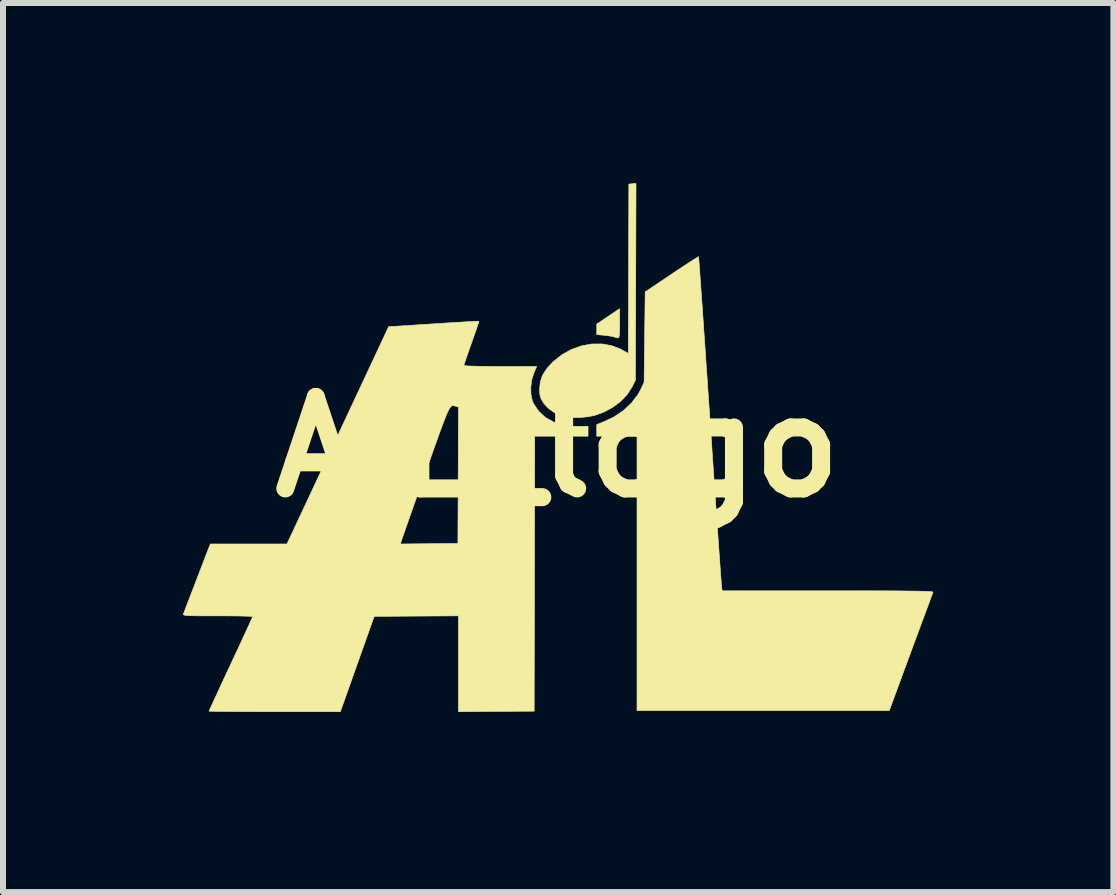
<source format=kicad_pcb>
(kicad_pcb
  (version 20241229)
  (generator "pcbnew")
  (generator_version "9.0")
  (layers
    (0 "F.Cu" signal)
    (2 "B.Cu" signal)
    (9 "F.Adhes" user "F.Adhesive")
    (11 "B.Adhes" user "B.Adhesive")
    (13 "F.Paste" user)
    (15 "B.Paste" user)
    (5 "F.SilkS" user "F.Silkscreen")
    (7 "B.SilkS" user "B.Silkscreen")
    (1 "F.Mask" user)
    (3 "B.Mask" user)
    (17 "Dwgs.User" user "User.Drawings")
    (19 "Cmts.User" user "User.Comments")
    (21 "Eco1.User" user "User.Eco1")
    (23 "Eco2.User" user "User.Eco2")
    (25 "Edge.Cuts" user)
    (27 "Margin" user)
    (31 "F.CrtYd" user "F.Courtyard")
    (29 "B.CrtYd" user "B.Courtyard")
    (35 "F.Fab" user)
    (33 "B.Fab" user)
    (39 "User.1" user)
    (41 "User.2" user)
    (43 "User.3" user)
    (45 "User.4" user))
  (footprint "AIL_logo"
    (layer "F.Cu")
    (at 6.239 4.398)
    (property "Reference" "AIL_logo" (at 0 0 0) (layer "F.SilkS") (effects (font (size 1.524 1.524) (thickness 0.3))))
    (attr through_hole)
    (fp_poly (pts (xy 1.034 -2.06) (xy 1.034 -1.958) (xy 1.032 -1.887) (xy 1.026 -1.844) (xy 1.014 -1.822) (xy 0.995 -1.818) (xy 0.967 -1.826) (xy 0.946 -1.834) (xy 0.907 -1.844) (xy 0.845 -1.854) (xy 0.778 -1.862) (xy 0.653 -1.874) (xy 0.653 -2.049) (xy 0.844 -2.177) (xy 1.034 -2.305) (xy 1.034 -2.06)) (stroke (width 0.01) (type solid)) (fill yes) (layer "F.SilkS"))
    (fp_poly (pts (xy 1.302 -2.754) (xy 1.297 -1.116) (xy 1.244 -1.007) (xy 1.162 -0.878) (xy 1.05 -0.76) (xy 0.914 -0.659) (xy 0.76 -0.578) (xy 0.617 -0.527) (xy 0.505 -0.505) (xy 0.38 -0.493) (xy 0.254 -0.492) (xy 0.14 -0.503) (xy 0.07 -0.518) (xy -0.044 -0.568) (xy -0.147 -0.64) (xy -0.228 -0.727) (xy -0.244 -0.752) (xy -0.275 -0.806) (xy -0.291 -0.855) (xy -0.298 -0.913) (xy -0.299 -0.969) (xy -0.287 -1.086) (xy -0.252 -1.192) (xy -0.188 -1.295) (xy -0.094 -1.401) (xy -0.07 -1.424) (xy 0.074 -1.539) (xy 0.232 -1.626) (xy 0.399 -1.686) (xy 0.569 -1.717) (xy 0.739 -1.718) (xy 0.903 -1.689) (xy 1.056 -1.629) (xy 1.077 -1.617) (xy 1.179 -1.56) (xy 1.184 -2.971) (xy 1.188 -4.381) (xy 1.248 -4.387) (xy 1.307 -4.393) (xy 1.302 -2.754)) (stroke (width 0.01) (type solid)) (fill yes) (layer "F.SilkS"))
    (fp_poly (pts (xy 2.351 -3.153) (xy 2.355 -3.101) (xy 2.362 -3.016) (xy 2.37 -2.901) (xy 2.38 -2.757) (xy 2.392 -2.588) (xy 2.406 -2.394) (xy 2.421 -2.178) (xy 2.437 -1.941) (xy 2.455 -1.686) (xy 2.473 -1.415) (xy 2.493 -1.13) (xy 2.513 -0.832) (xy 2.534 -0.524) (xy 2.538 -0.463) (xy 2.56 -0.151) (xy 2.58 0.151) (xy 2.6 0.442) (xy 2.619 0.719) (xy 2.637 0.982) (xy 2.654 1.227) (xy 2.67 1.453) (xy 2.684 1.657) (xy 2.697 1.838) (xy 2.708 1.993) (xy 2.717 2.12) (xy 2.724 2.218) (xy 2.729 2.284) (xy 2.732 2.316) (xy 2.732 2.318) (xy 2.742 2.395) (xy 4.502 2.395) (xy 4.805 2.395) (xy 5.072 2.395) (xy 5.307 2.396) (xy 5.512 2.396) (xy 5.687 2.397) (xy 5.834 2.399) (xy 5.957 2.4) (xy 6.055 2.402) (xy 6.132 2.404) (xy 6.188 2.407) (xy 6.226 2.41) (xy 6.248 2.413) (xy 6.255 2.417) (xy 6.255 2.418) (xy 6.247 2.438) (xy 6.228 2.49) (xy 6.199 2.57) (xy 6.16 2.674) (xy 6.114 2.8) (xy 6.06 2.944) (xy 6.001 3.104) (xy 5.937 3.276) (xy 5.886 3.415) (xy 5.526 4.391) (xy 1.324 4.391) (xy 1.324 -0.181) (xy 0.653 -0.181) (xy 0.653 -0.375) (xy 0.779 -0.425) (xy 0.948 -0.506) (xy 1.101 -0.611) (xy 1.232 -0.734) (xy 1.337 -0.871) (xy 1.384 -0.956) (xy 1.442 -1.079) (xy 1.451 -1.832) (xy 1.46 -2.585) (xy 1.902 -2.882) (xy 2.014 -2.957) (xy 2.116 -3.024) (xy 2.204 -3.082) (xy 2.275 -3.127) (xy 2.324 -3.158) (xy 2.348 -3.172) (xy 2.349 -3.172) (xy 2.351 -3.153)) (stroke (width 0.01) (type solid)) (fill yes) (layer "F.SilkS"))
    (fp_poly (pts (xy -1.311 -2.096) (xy -1.315 -2.079) (xy -1.33 -2.032) (xy -1.354 -1.961) (xy -1.385 -1.872) (xy -1.421 -1.769) (xy -1.433 -1.735) (xy -1.471 -1.627) (xy -1.505 -1.531) (xy -1.532 -1.451) (xy -1.551 -1.393) (xy -1.56 -1.363) (xy -1.56 -1.36) (xy -1.543 -1.355) (xy -1.491 -1.351) (xy -1.407 -1.348) (xy -1.294 -1.345) (xy -1.154 -1.343) (xy -0.988 -1.343) (xy -0.955 -1.343) (xy -0.349 -1.343) (xy -0.396 -1.229) (xy -0.431 -1.117) (xy -0.446 -0.996) (xy -0.443 -0.877) (xy -0.421 -0.772) (xy -0.402 -0.726) (xy -0.315 -0.597) (xy -0.204 -0.494) (xy -0.068 -0.418) (xy 0.09 -0.368) (xy 0.271 -0.346) (xy 0.33 -0.345) (xy 0.508 -0.345) (xy 0.508 -0.181) (xy -0.381 -0.181) (xy -0.385 2.109) (xy -0.39 4.4) (xy -1.021 4.404) (xy -1.651 4.409) (xy -1.651 2.812) (xy -2.353 2.816) (xy -3.055 2.821) (xy -3.337 3.615) (xy -3.619 4.409) (xy -4.713 4.409) (xy -4.908 4.409) (xy -5.092 4.408) (xy -5.262 4.407) (xy -5.415 4.406) (xy -5.547 4.405) (xy -5.655 4.404) (xy -5.736 4.402) (xy -5.787 4.401) (xy -5.806 4.399) (xy -5.806 4.399) (xy -5.798 4.381) (xy -5.777 4.333) (xy -5.743 4.26) (xy -5.698 4.163) (xy -5.644 4.046) (xy -5.582 3.912) (xy -5.514 3.766) (xy -5.443 3.613) (xy -5.37 3.456) (xy -5.301 3.31) (xy -5.24 3.177) (xy -5.186 3.06) (xy -5.141 2.963) (xy -5.108 2.89) (xy -5.087 2.842) (xy -5.08 2.825) (xy -5.097 2.822) (xy -5.147 2.819) (xy -5.224 2.816) (xy -5.325 2.814) (xy -5.444 2.813) (xy -5.579 2.812) (xy -5.663 2.812) (xy -5.823 2.812) (xy -5.951 2.812) (xy -6.05 2.811) (xy -6.124 2.809) (xy -6.175 2.806) (xy -6.208 2.803) (xy -6.227 2.797) (xy -6.234 2.791) (xy -6.234 2.782) (xy -6.233 2.78) (xy -6.223 2.756) (xy -6.203 2.702) (xy -6.173 2.623) (xy -6.135 2.524) (xy -6.091 2.41) (xy -6.043 2.285) (xy -6.033 2.259) (xy -5.983 2.129) (xy -5.936 2.007) (xy -5.894 1.897) (xy -5.859 1.805) (xy -5.832 1.736) (xy -5.816 1.695) (xy -5.815 1.692) (xy -5.784 1.615) (xy -2.617 1.615) (xy -1.66 1.606) (xy -1.655 0.469) (xy -1.651 -0.667) (xy -1.692 -0.678) (xy -1.713 -0.684) (xy -1.731 -0.689) (xy -1.748 -0.69) (xy -1.764 -0.685) (xy -1.78 -0.671) (xy -1.799 -0.646) (xy -1.819 -0.608) (xy -1.844 -0.555) (xy -1.873 -0.484) (xy -1.908 -0.392) (xy -1.951 -0.278) (xy -2.001 -0.138) (xy -2.061 0.028) (xy -2.13 0.225) (xy -2.2 0.422) (xy -2.269 0.615) (xy -2.334 0.798) (xy -2.395 0.969) (xy -2.45 1.125) (xy -2.498 1.263) (xy -2.539 1.379) (xy -2.571 1.471) (xy -2.594 1.535) (xy -2.605 1.57) (xy -2.606 1.574) (xy -2.617 1.615) (xy -5.784 1.615) (xy -5.784 1.615) (xy -4.508 1.615) (xy -2.814 -2.005) (xy -2.464 -2.027) (xy -2.33 -2.036) (xy -2.173 -2.046) (xy -2.007 -2.056) (xy -1.845 -2.067) (xy -1.714 -2.075) (xy -1.598 -2.082) (xy -1.495 -2.088) (xy -1.41 -2.093) (xy -1.348 -2.096) (xy -1.315 -2.097) (xy -1.311 -2.096)) (stroke (width 0.01) (type solid)) (fill yes) (layer "F.SilkS")))
  (gr_rect
    (start -3 -3)
    (end 15.499 11.812)
    (stroke (width 0.1) (type default))
    (fill no)
    (layer "Edge.Cuts")))
</source>
